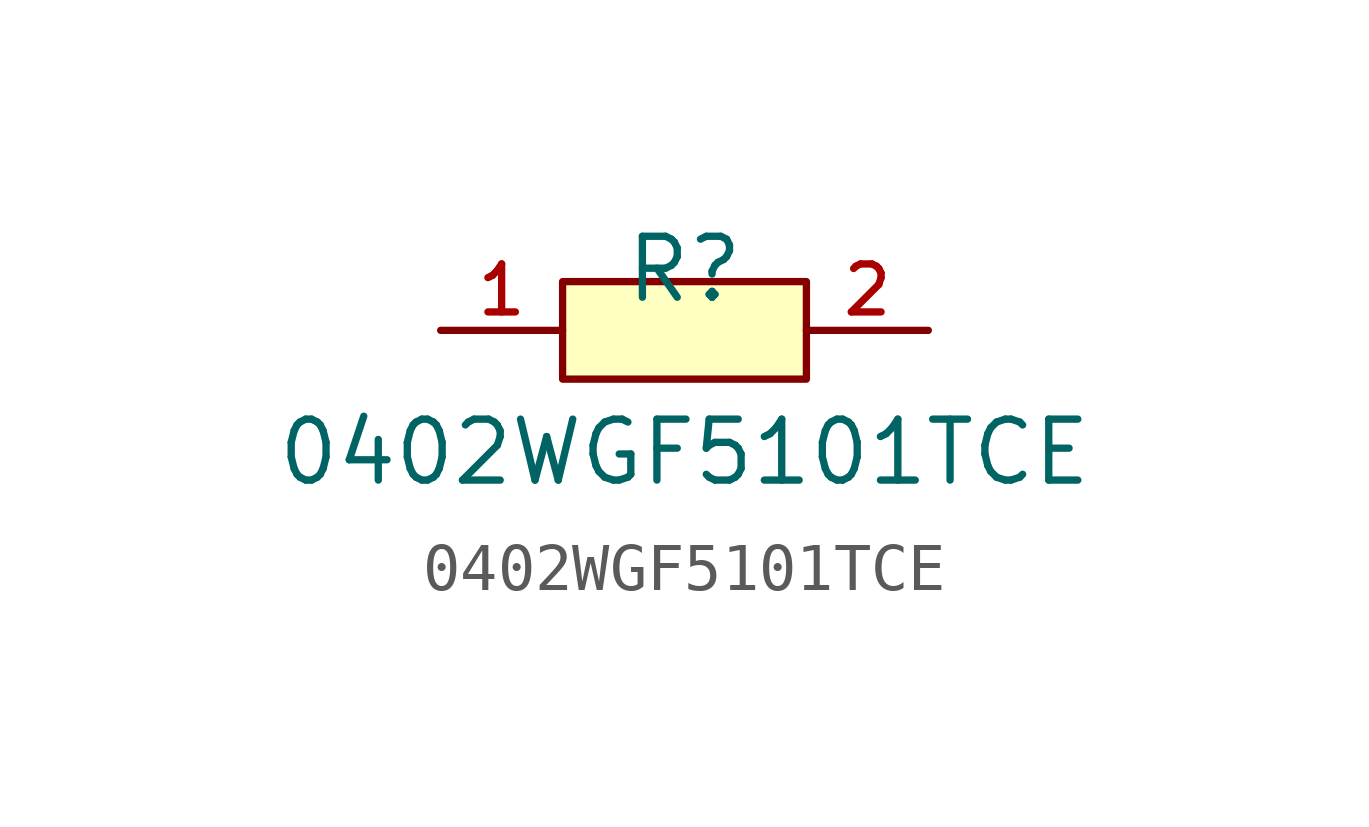
<source format=kicad_sym>
(kicad_symbol_lib
  (version 20220914)
  (generator kicad_symbol_editor)
  (symbol "0402WGF5101TCE"
    (pin_names hide)
    (property "Reference" "R"
      (at 0 1.27 0)
      (effects (font (size 1.27 1.27))))
    (property "Value" "0402WGF5101TCE"
      (at 0 -2.54 0)
      (effects (font (size 1.27 1.27))))
    (symbol "0402WGF5101TCE_0_1"
      (rectangle (start -2.54 1.016) (end 2.54 -1.016) (stroke (width 0) (type default)) (fill (type background))))
    (symbol "0402WGF5101TCE_1_1"
      (pin passive line (at -5.08 0 0) (length 2.54) (name "1" (effects (font (size 1 1)))) (number "1" (effects (font (size 1 1)))))
      (pin passive line (at 5.08 0 180) (length 2.54) (name "2" (effects (font (size 1 1)))) (number "2" (effects (font (size 1 1))))))))
</source>
